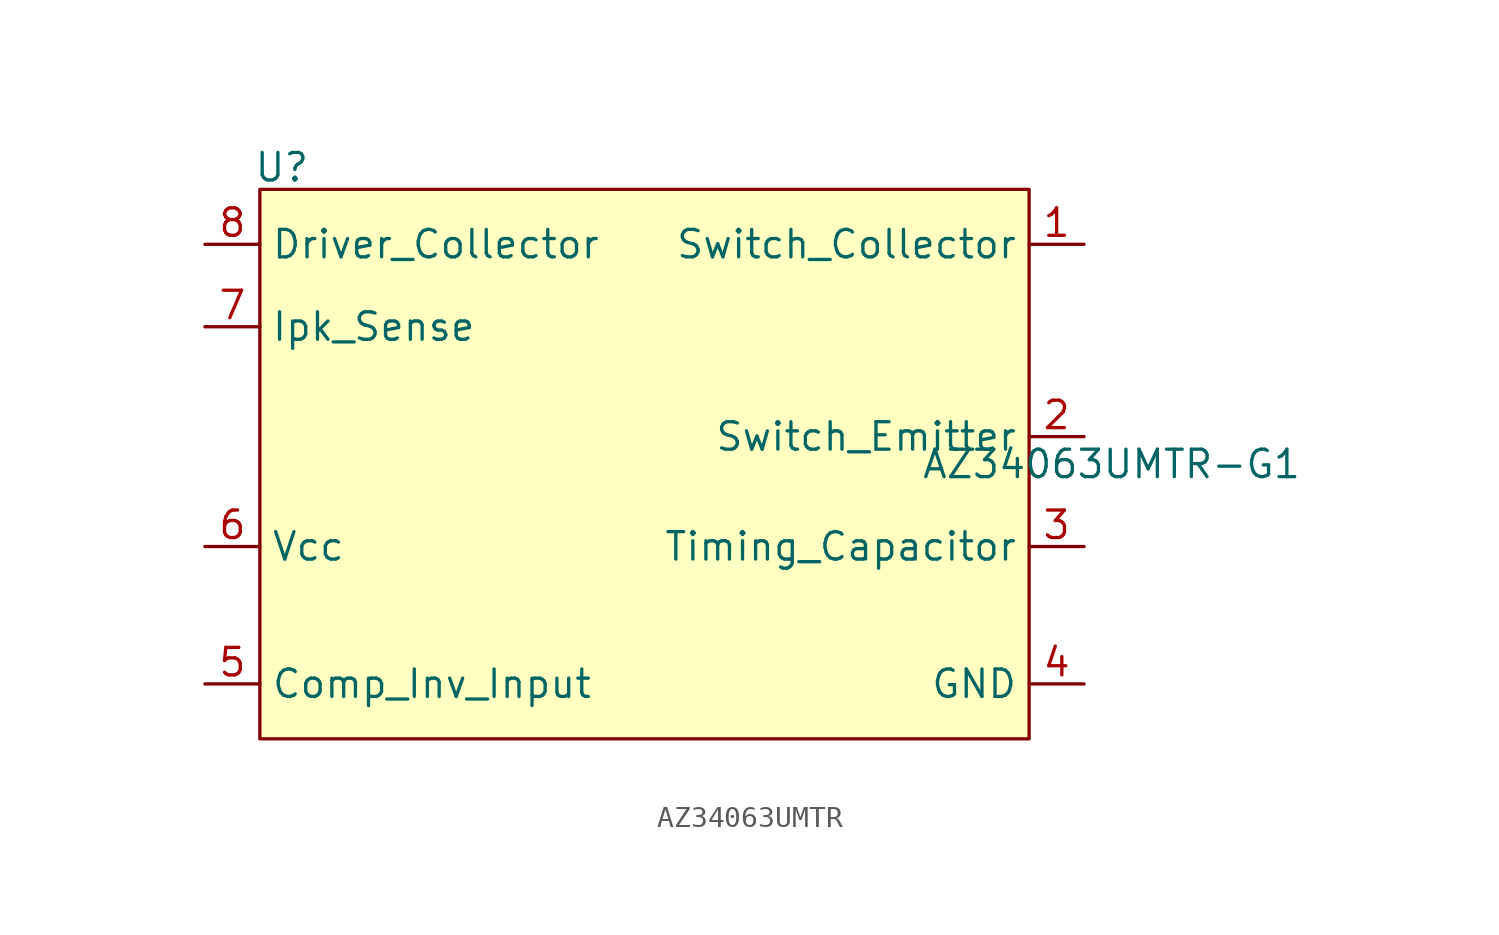
<source format=kicad_sym>
(kicad_symbol_lib
  (version 20231120)
  (generator "kicad_symbol_editor")
  (generator_version "8.0")
  (symbol "AZ34063UMTR"
    (property "Reference" "U"
      (at -16.764 13.716 0)
      (effects (font (size 1.27 1.27))))
    (property "Value" "AZ34063UMTR-G1 "
      (at 21.59 0 0)
      (effects (font (size 1.27 1.27))))
    (symbol "AZ34063UMTR_1_1"
      (rectangle (start -17.78 12.7) (end 17.78 -12.7) (stroke (width 0) (type default)) (fill (type background)))
      (pin passive line (at 20.32 10.16 180) (length 2.54) (name "Switch_Collector" (effects (font (size 1.27 1.27)))) (number "1" (effects (font (size 1.27 1.27)))))
      (pin passive line (at 20.32 1.27 180) (length 2.54) (name "Switch_Emitter" (effects (font (size 1.27 1.27)))) (number "2" (effects (font (size 1.27 1.27)))))
      (pin passive line (at 20.32 -3.81 180) (length 2.54) (name "Timing_Capacitor" (effects (font (size 1.27 1.27)))) (number "3" (effects (font (size 1.27 1.27)))))
      (pin passive line (at 20.32 -10.16 180) (length 2.54) (name "GND" (effects (font (size 1.27 1.27)))) (number "4" (effects (font (size 1.27 1.27)))))
      (pin passive line (at -20.32 -10.16 0) (length 2.54) (name "Comp_Inv_Input" (effects (font (size 1.27 1.27)))) (number "5" (effects (font (size 1.27 1.27)))))
      (pin passive line (at -20.32 -3.81 0) (length 2.54) (name "Vcc" (effects (font (size 1.27 1.27)))) (number "6" (effects (font (size 1.27 1.27)))))
      (pin passive line (at -20.32 6.35 0) (length 2.54) (name "Ipk_Sense" (effects (font (size 1.27 1.27)))) (number "7" (effects (font (size 1.27 1.27)))))
      (pin passive line (at -20.32 10.16 0) (length 2.54) (name "Driver_Collector" (effects (font (size 1.27 1.27)))) (number "8" (effects (font (size 1.27 1.27))))))))
</source>
